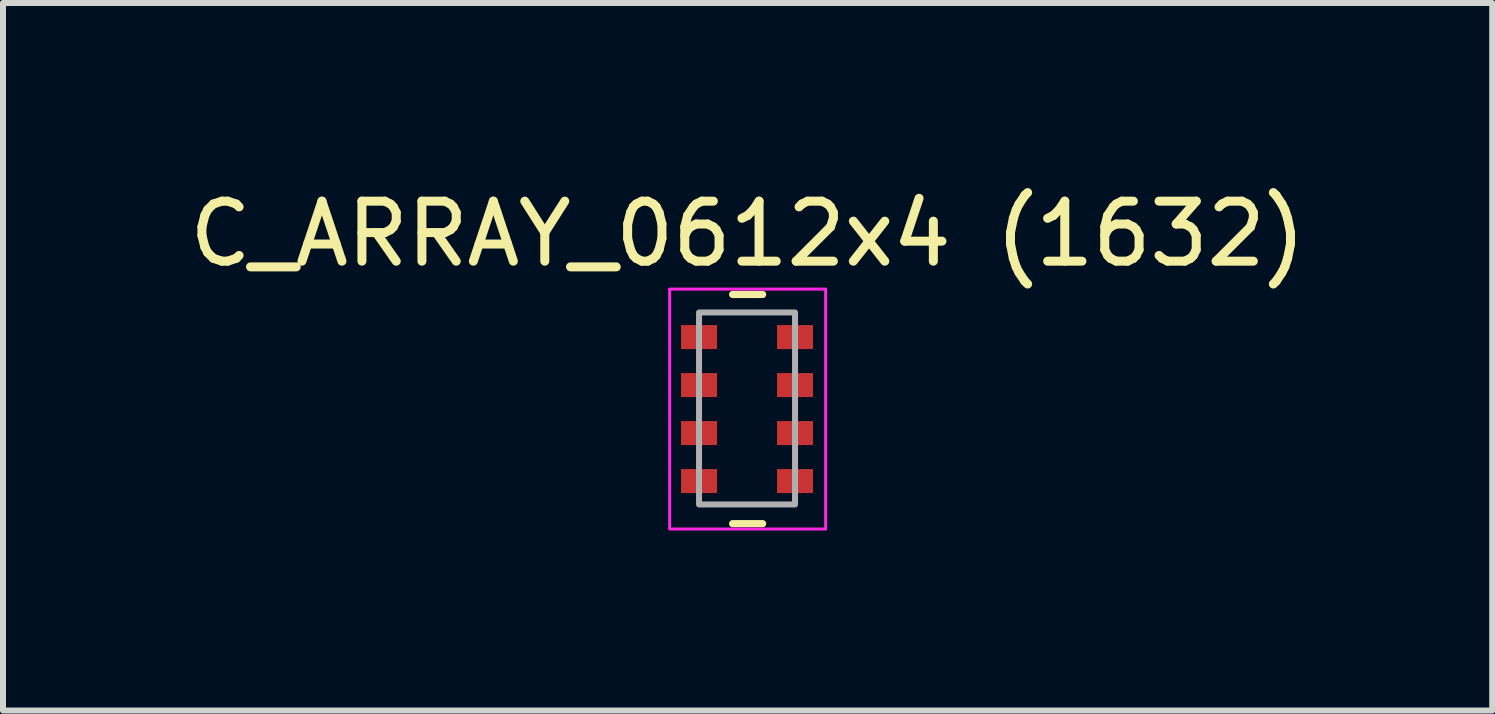
<source format=kicad_pcb>
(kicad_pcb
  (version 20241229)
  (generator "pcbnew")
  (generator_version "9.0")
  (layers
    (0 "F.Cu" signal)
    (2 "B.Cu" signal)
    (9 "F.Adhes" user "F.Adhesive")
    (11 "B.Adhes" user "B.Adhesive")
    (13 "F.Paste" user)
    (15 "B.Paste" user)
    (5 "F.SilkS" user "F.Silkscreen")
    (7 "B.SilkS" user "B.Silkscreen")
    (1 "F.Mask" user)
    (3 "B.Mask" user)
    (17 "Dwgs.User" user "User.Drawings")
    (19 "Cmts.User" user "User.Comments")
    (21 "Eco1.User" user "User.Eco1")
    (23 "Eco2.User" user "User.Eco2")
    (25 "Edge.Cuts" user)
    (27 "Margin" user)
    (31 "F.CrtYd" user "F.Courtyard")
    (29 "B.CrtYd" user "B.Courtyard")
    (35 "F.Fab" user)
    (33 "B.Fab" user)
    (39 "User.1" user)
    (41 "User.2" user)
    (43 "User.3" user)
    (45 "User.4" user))
  (footprint "C_ARRAY_0612x4 (1632)"
    (layer "F.Cu")
    (at 9.411 3.768)
    (property "Reference" "C_ARRAY_0612x4 (1632)" (at 0 -2.92 0) (unlocked yes) (layer "F.SilkS") (effects (font (size 1 1) (thickness 0.15))))
    (attr smd)
    (fp_line (start 0.25 -1.91) (end -0.25 -1.91) (stroke (width 0.12) (type solid)) (layer "F.SilkS"))
    (fp_line (start 0.25 1.91) (end -0.25 1.91) (stroke (width 0.12) (type solid)) (layer "F.SilkS"))
    (fp_rect (start -1.3 -2) (end 1.3 2) (stroke (width 0.05) (type default)) (fill no) (layer "F.CrtYd"))
    (fp_rect (start -0.81 -1.61) (end 0.79 1.59) (stroke (width 0.1) (type default)) (fill no) (layer "F.Fab"))
    (pad "1" smd rect (at -0.81 -1.2) (size 0.6 0.4) (layers "F.Cu" "F.Mask" "F.Paste"))
    (pad "2" smd rect (at -0.81 -0.4) (size 0.6 0.4) (layers "F.Cu" "F.Mask" "F.Paste"))
    (pad "3" smd rect (at -0.81 0.4) (size 0.6 0.4) (layers "F.Cu" "F.Mask" "F.Paste"))
    (pad "4" smd rect (at -0.81 1.2) (size 0.6 0.4) (layers "F.Cu" "F.Mask" "F.Paste"))
    (pad "5" smd rect (at 0.79 1.2) (size 0.6 0.4) (layers "F.Cu" "F.Mask" "F.Paste"))
    (pad "6" smd rect (at 0.79 0.4) (size 0.6 0.4) (layers "F.Cu" "F.Mask" "F.Paste"))
    (pad "7" smd rect (at 0.79 -0.4) (size 0.6 0.4) (layers "F.Cu" "F.Mask" "F.Paste"))
    (pad "8" smd rect (at 0.79 -1.2) (size 0.6 0.4) (layers "F.Cu" "F.Mask" "F.Paste")))
  (gr_rect
    (start -3 -3)
    (end 21.821 8.793)
    (stroke (width 0.1) (type default))
    (fill no)
    (layer "Edge.Cuts")))
</source>
